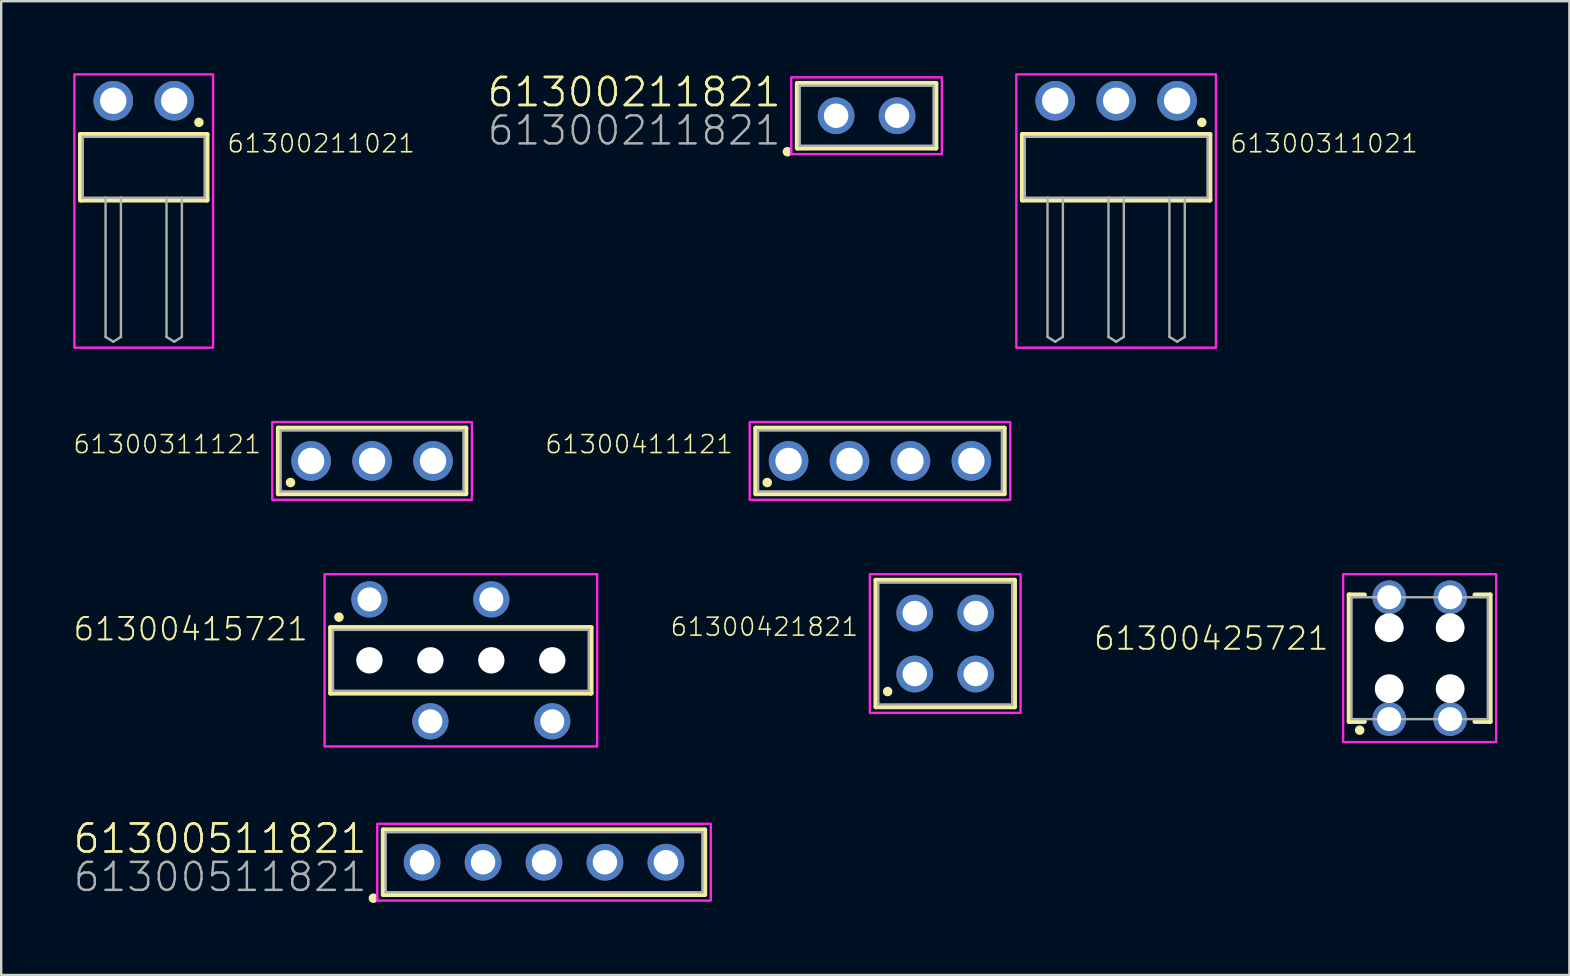
<source format=kicad_pcb>
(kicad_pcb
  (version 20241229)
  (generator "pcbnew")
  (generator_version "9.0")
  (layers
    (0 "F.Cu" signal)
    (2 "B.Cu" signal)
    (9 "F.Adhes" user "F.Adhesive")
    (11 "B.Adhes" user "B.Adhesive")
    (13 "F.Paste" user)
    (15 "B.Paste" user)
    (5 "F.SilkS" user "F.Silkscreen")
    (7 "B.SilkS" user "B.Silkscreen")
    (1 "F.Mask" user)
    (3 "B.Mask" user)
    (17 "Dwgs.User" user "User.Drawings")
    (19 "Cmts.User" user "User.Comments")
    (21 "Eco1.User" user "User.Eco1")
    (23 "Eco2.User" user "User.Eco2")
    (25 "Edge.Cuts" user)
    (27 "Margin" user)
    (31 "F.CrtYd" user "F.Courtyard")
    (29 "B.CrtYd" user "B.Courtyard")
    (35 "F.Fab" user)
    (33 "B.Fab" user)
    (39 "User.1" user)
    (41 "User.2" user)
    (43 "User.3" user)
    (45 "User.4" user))
  (footprint "61300411121"
    (layer "F.Cu")
    (at 33.624 16.16)
    (property "Reference" "61300411121" (at -6.078 -0.256 0) (unlocked yes) (layer "F.SilkS") (effects (font (size 0.748 0.748) (thickness 0.065)) (justify right bottom)))
    (fp_line (start -5.18 -1.37) (end 5.18 -1.37) (stroke (width 0.2) (type solid)) (layer "F.SilkS"))
    (fp_line (start -5.18 1.37) (end -5.18 -1.37) (stroke (width 0.2) (type solid)) (layer "F.SilkS"))
    (fp_line (start 5.18 -1.37) (end 5.18 1.37) (stroke (width 0.2) (type solid)) (layer "F.SilkS"))
    (fp_line (start 5.18 1.37) (end -5.18 1.37) (stroke (width 0.2) (type solid)) (layer "F.SilkS"))
    (fp_circle (center -4.7 0.9) (end -4.6 0.9) (stroke (width 0.2) (type solid)) (fill no) (layer "F.SilkS"))
    (fp_poly (pts (xy 5.43 1.62) (xy -5.43 1.62) (xy -5.43 -1.62) (xy 5.43 -1.62)) (stroke (width 0.1) (type default)) (fill no) (layer "F.CrtYd"))
    (fp_line (start -5.08 -1.27) (end -5.08 1.27) (stroke (width 0.1) (type solid)) (layer "F.Fab"))
    (fp_line (start -5.08 1.27) (end 5.08 1.27) (stroke (width 0.1) (type solid)) (layer "F.Fab"))
    (fp_line (start 5.08 -1.27) (end -5.08 -1.27) (stroke (width 0.1) (type solid)) (layer "F.Fab"))
    (fp_line (start 5.08 1.27) (end 5.08 -1.27) (stroke (width 0.1) (type solid)) (layer "F.Fab"))
    (pad "1" thru_hole circle (at -3.81 0) (size 1.65 1.65) (drill 1.1) (layers "*.Cu" "*.Mask"))
    (pad "2" thru_hole circle (at -1.27 0) (size 1.65 1.65) (drill 1.1) (layers "*.Cu" "*.Mask"))
    (pad "3" thru_hole circle (at 1.27 0) (size 1.65 1.65) (drill 1.1) (layers "*.Cu" "*.Mask"))
    (pad "4" thru_hole circle (at 3.81 0) (size 1.65 1.65) (drill 1.1) (layers "*.Cu" "*.Mask")))
  (footprint "61300421821"
    (layer "F.Cu")
    (at 36.343 23.77)
    (property "Reference" "61300421821" (at -3.578 -0.256 0) (unlocked yes) (layer "F.SilkS") (effects (font (size 0.748 0.748) (thickness 0.065)) (justify right bottom)))
    (fp_line (start -2.89 -2.64) (end 2.89 -2.64) (stroke (width 0.2) (type solid)) (layer "F.SilkS"))
    (fp_line (start -2.89 2.64) (end -2.89 -2.64) (stroke (width 0.2) (type solid)) (layer "F.SilkS"))
    (fp_line (start 2.89 -2.64) (end 2.89 2.64) (stroke (width 0.2) (type solid)) (layer "F.SilkS"))
    (fp_line (start 2.89 2.64) (end -2.89 2.64) (stroke (width 0.2) (type solid)) (layer "F.SilkS"))
    (fp_circle (center -2.4 2) (end -2.3 2) (stroke (width 0.2) (type solid)) (fill no) (layer "F.SilkS"))
    (fp_poly (pts (xy 3.14 2.89) (xy -3.14 2.89) (xy -3.14 -2.89) (xy 3.14 -2.89)) (stroke (width 0.1) (type default)) (fill no) (layer "F.CrtYd"))
    (fp_line (start -2.79 -2.54) (end -2.79 2.54) (stroke (width 0.1) (type solid)) (layer "F.Fab"))
    (fp_line (start -2.79 2.54) (end 2.79 2.54) (stroke (width 0.1) (type solid)) (layer "F.Fab"))
    (fp_line (start 2.79 -2.54) (end -2.79 -2.54) (stroke (width 0.1) (type solid)) (layer "F.Fab"))
    (fp_line (start 2.79 2.54) (end 2.79 -2.54) (stroke (width 0.1) (type solid)) (layer "F.Fab"))
    (pad "1" thru_hole circle (at -1.27 1.27) (size 1.53 1.53) (drill 1.02) (layers "*.Cu" "*.Mask"))
    (pad "2" thru_hole circle (at -1.27 -1.27) (size 1.53 1.53) (drill 1.02) (layers "*.Cu" "*.Mask"))
    (pad "3" thru_hole circle (at 1.27 1.27) (size 1.53 1.53) (drill 1.02) (layers "*.Cu" "*.Mask"))
    (pad "4" thru_hole circle (at 1.27 -1.27) (size 1.53 1.53) (drill 1.02) (layers "*.Cu" "*.Mask")))
  (footprint "61300211021"
    (layer "F.Cu")
    (at 2.94 3.92)
    (property "Reference" "61300211021" (at 3.435 -0.552 0) (unlocked yes) (layer "F.SilkS") (effects (font (size 0.748 0.748) (thickness 0.065)) (justify left bottom)))
    (fp_line (start -2.64 -1.37) (end 2.64 -1.37) (stroke (width 0.2) (type solid)) (layer "F.SilkS"))
    (fp_line (start -2.64 1.37) (end -2.64 -1.37) (stroke (width 0.2) (type solid)) (layer "F.SilkS"))
    (fp_line (start 2.64 -1.37) (end 2.64 1.37) (stroke (width 0.2) (type solid)) (layer "F.SilkS"))
    (fp_line (start 2.64 1.37) (end -2.64 1.37) (stroke (width 0.2) (type solid)) (layer "F.SilkS"))
    (fp_circle (center 2.3 -1.87) (end 2.4 -1.87) (stroke (width 0.2) (type solid)) (fill no) (layer "F.SilkS"))
    (fp_poly (pts (xy 2.89 7.52) (xy -2.89 7.52) (xy -2.89 -3.87) (xy 2.89 -3.87)) (stroke (width 0.1) (type default)) (fill no) (layer "F.CrtYd"))
    (fp_line (start -2.54 -1.27) (end 2.54 -1.27) (stroke (width 0.1) (type solid)) (layer "F.Fab"))
    (fp_line (start -2.54 1.27) (end -2.54 -1.27) (stroke (width 0.1) (type solid)) (layer "F.Fab"))
    (fp_line (start -1.59 1.27) (end -2.54 1.27) (stroke (width 0.1) (type solid)) (layer "F.Fab"))
    (fp_line (start -1.59 1.27) (end -1.59 7.07) (stroke (width 0.1) (type solid)) (layer "F.Fab"))
    (fp_line (start -1.59 7.07) (end -1.27 7.27) (stroke (width 0.1) (type solid)) (layer "F.Fab"))
    (fp_line (start -1.27 7.27) (end -0.95 7.07) (stroke (width 0.1) (type solid)) (layer "F.Fab"))
    (fp_line (start -0.95 1.27) (end -1.59 1.27) (stroke (width 0.1) (type solid)) (layer "F.Fab"))
    (fp_line (start -0.95 1.27) (end -0.95 7.07) (stroke (width 0.1) (type solid)) (layer "F.Fab"))
    (fp_line (start 0.95 1.27) (end 0.95 7.07) (stroke (width 0.1) (type solid)) (layer "F.Fab"))
    (fp_line (start 0.95 7.07) (end 1.27 7.27) (stroke (width 0.1) (type solid)) (layer "F.Fab"))
    (fp_line (start 1.27 7.27) (end 1.59 7.07) (stroke (width 0.1) (type solid)) (layer "F.Fab"))
    (fp_line (start 1.59 1.27) (end 1.59 7.07) (stroke (width 0.1) (type solid)) (layer "F.Fab"))
    (fp_line (start 2.54 -1.27) (end 2.54 1.27) (stroke (width 0.1) (type solid)) (layer "F.Fab"))
    (fp_line (start 2.54 1.27) (end -0.95 1.27) (stroke (width 0.1) (type solid)) (layer "F.Fab"))
    (pad "1" thru_hole circle (at 1.27 -2.77 180) (size 1.65 1.65) (drill 1.1) (layers "*.Cu" "*.Mask"))
    (pad "2" thru_hole circle (at -1.27 -2.77 180) (size 1.65 1.65) (drill 1.1) (layers "*.Cu" "*.Mask")))
  (footprint "61300211821"
    (layer "F.Cu")
    (at 33.066 1.773)
    (property "Reference" "61300211821" (at -3.5 -0.3 0) (unlocked yes) (layer "F.SilkS") (effects (font (size 1.168 1.168) (thickness 0.102)) (justify right bottom)))
    (property "Value" "61300211821" (at -3.5 1.3 0) (unlocked yes) (layer "F.Fab") (hide yes) (effects (font (size 1.168 1.168) (thickness 0.102)) (justify right bottom)))
    (fp_line (start -2.89 -1.35) (end 2.89 -1.35) (stroke (width 0.2) (type solid)) (layer "F.SilkS"))
    (fp_line (start -2.89 1.35) (end -2.89 -1.35) (stroke (width 0.2) (type solid)) (layer "F.SilkS"))
    (fp_line (start 2.89 -1.35) (end 2.89 1.35) (stroke (width 0.2) (type solid)) (layer "F.SilkS"))
    (fp_line (start 2.89 1.35) (end -2.89 1.35) (stroke (width 0.2) (type solid)) (layer "F.SilkS"))
    (fp_circle (center -3.3 1.5) (end -3.2 1.5) (stroke (width 0.2) (type solid)) (fill no) (layer "F.SilkS"))
    (fp_poly (pts (xy 3.14 1.6) (xy -3.14 1.6) (xy -3.14 -1.6) (xy 3.14 -1.6)) (stroke (width 0.1) (type default)) (fill no) (layer "F.CrtYd"))
    (fp_line (start -2.79 -1.25) (end -2.79 1.25) (stroke (width 0.1) (type solid)) (layer "F.Fab"))
    (fp_line (start -2.79 1.25) (end 2.79 1.25) (stroke (width 0.1) (type solid)) (layer "F.Fab"))
    (fp_line (start 2.79 -1.25) (end -2.79 -1.25) (stroke (width 0.1) (type solid)) (layer "F.Fab"))
    (fp_line (start 2.79 1.25) (end 2.79 -1.25) (stroke (width 0.1) (type solid)) (layer "F.Fab"))
    (fp_text user "${REFERENCE}" (at -3.5 -0.3 0) (unlocked yes) (layer "F.SilkS") (effects (font (size 1.168 1.168) (thickness 0.102)) (justify right bottom)))
    (fp_text user "${VALUE}" (at -3.5 1.3 0) (unlocked yes) (layer "F.Fab") (effects (font (size 1.168 1.168) (thickness 0.102)) (justify right bottom)))
    (pad "1" thru_hole circle (at -1.27 0) (size 1.53 1.53) (drill 1.02) (layers "*.Cu" "*.Mask"))
    (pad "2" thru_hole circle (at 1.27 0) (size 1.53 1.53) (drill 1.02) (layers "*.Cu" "*.Mask")))
  (footprint "61300415721"
    (layer "F.Cu")
    (at 16.156 24.47)
    (property "Reference" "61300415721" (at -6.307 -0.754 0) (unlocked yes) (layer "F.SilkS") (effects (font (size 0.935 0.935) (thickness 0.081)) (justify right bottom)))
    (fp_line (start -5.43 -1.37) (end 5.43 -1.37) (stroke (width 0.2) (type solid)) (layer "F.SilkS"))
    (fp_line (start -5.43 1.37) (end -5.43 -1.37) (stroke (width 0.2) (type solid)) (layer "F.SilkS"))
    (fp_line (start 5.43 -1.37) (end 5.43 1.37) (stroke (width 0.2) (type solid)) (layer "F.SilkS"))
    (fp_line (start 5.43 1.37) (end -5.43 1.37) (stroke (width 0.2) (type solid)) (layer "F.SilkS"))
    (fp_circle (center -5.08 -1.8) (end -4.98 -1.8) (stroke (width 0.2) (type solid)) (fill no) (layer "F.SilkS"))
    (fp_poly (pts (xy 5.68 3.59) (xy -5.68 3.59) (xy -5.68 -3.59) (xy 5.68 -3.59)) (stroke (width 0.1) (type default)) (fill no) (layer "F.CrtYd"))
    (fp_line (start -5.33 -1.27) (end 5.33 -1.27) (stroke (width 0.1) (type solid)) (layer "F.Fab"))
    (fp_line (start -5.33 1.27) (end -5.33 -1.27) (stroke (width 0.1) (type solid)) (layer "F.Fab"))
    (fp_line (start 5.33 -1.27) (end 5.33 1.27) (stroke (width 0.1) (type solid)) (layer "F.Fab"))
    (fp_line (start 5.33 1.27) (end -5.33 1.27) (stroke (width 0.1) (type solid)) (layer "F.Fab"))
    (pad "" np_thru_hole circle (at -3.81 0) (size 1.1 1.1) (drill 1.1) (layers "*.Cu" "*.Mask"))
    (pad "" np_thru_hole circle (at -1.27 0) (size 1.1 1.1) (drill 1.1) (layers "*.Cu" "*.Mask"))
    (pad "" np_thru_hole circle (at 1.27 0) (size 1.1 1.1) (drill 1.1) (layers "*.Cu" "*.Mask"))
    (pad "" np_thru_hole circle (at 3.81 0) (size 1.1 1.1) (drill 1.1) (layers "*.Cu" "*.Mask"))
    (pad "1" thru_hole circle (at -3.81 -2.54) (size 1.508 1.508) (drill 1) (layers "*.Cu" "*.Mask"))
    (pad "2" thru_hole circle (at -1.27 2.54) (size 1.508 1.508) (drill 1) (layers "*.Cu" "*.Mask"))
    (pad "3" thru_hole circle (at 1.27 -2.54) (size 1.508 1.508) (drill 1) (layers "*.Cu" "*.Mask"))
    (pad "4" thru_hole circle (at 3.81 2.54) (size 1.508 1.508) (drill 1) (layers "*.Cu" "*.Mask")))
  (footprint "61300311121"
    (layer "F.Cu")
    (at 12.457 16.16)
    (property "Reference" "61300311121" (at -4.578 -0.256 0) (unlocked yes) (layer "F.SilkS") (effects (font (size 0.748 0.748) (thickness 0.065)) (justify right bottom)))
    (fp_line (start -3.91 -1.37) (end 3.91 -1.37) (stroke (width 0.2) (type solid)) (layer "F.SilkS"))
    (fp_line (start -3.91 1.37) (end -3.91 -1.37) (stroke (width 0.2) (type solid)) (layer "F.SilkS"))
    (fp_line (start 3.91 -1.37) (end 3.91 1.37) (stroke (width 0.2) (type solid)) (layer "F.SilkS"))
    (fp_line (start 3.91 1.37) (end -3.91 1.37) (stroke (width 0.2) (type solid)) (layer "F.SilkS"))
    (fp_circle (center -3.4 0.9) (end -3.3 0.9) (stroke (width 0.2) (type solid)) (fill no) (layer "F.SilkS"))
    (fp_poly (pts (xy 4.16 1.62) (xy -4.16 1.62) (xy -4.16 -1.62) (xy 4.16 -1.62)) (stroke (width 0.1) (type default)) (fill no) (layer "F.CrtYd"))
    (fp_line (start -3.81 -1.27) (end -3.81 1.27) (stroke (width 0.1) (type solid)) (layer "F.Fab"))
    (fp_line (start -3.81 1.27) (end 3.81 1.27) (stroke (width 0.1) (type solid)) (layer "F.Fab"))
    (fp_line (start 3.81 -1.27) (end -3.81 -1.27) (stroke (width 0.1) (type solid)) (layer "F.Fab"))
    (fp_line (start 3.81 1.27) (end 3.81 -1.27) (stroke (width 0.1) (type solid)) (layer "F.Fab"))
    (pad "1" thru_hole circle (at -2.54 0) (size 1.65 1.65) (drill 1.1) (layers "*.Cu" "*.Mask"))
    (pad "2" thru_hole circle (at 0 0) (size 1.65 1.65) (drill 1.1) (layers "*.Cu" "*.Mask"))
    (pad "3" thru_hole circle (at 2.54 0) (size 1.65 1.65) (drill 1.1) (layers "*.Cu" "*.Mask")))
  (footprint "61300425721"
    (layer "F.Cu")
    (at 56.115 24.38)
    (property "Reference" "61300425721" (at -3.733 -0.274 0) (unlocked yes) (layer "F.SilkS") (effects (font (size 0.935 0.935) (thickness 0.081)) (justify right bottom)))
    (fp_line (start -2.94 -2.64) (end -2.94 2.64) (stroke (width 0.2) (type solid)) (layer "F.SilkS"))
    (fp_line (start -2.94 2.64) (end -2.3 2.64) (stroke (width 0.2) (type solid)) (layer "F.SilkS"))
    (fp_line (start -2.3 -2.64) (end -2.94 -2.64) (stroke (width 0.2) (type solid)) (layer "F.SilkS"))
    (fp_line (start 2.3 2.64) (end 2.94 2.64) (stroke (width 0.2) (type solid)) (layer "F.SilkS"))
    (fp_line (start 2.94 -2.64) (end 2.3 -2.64) (stroke (width 0.2) (type solid)) (layer "F.SilkS"))
    (fp_line (start 2.94 2.64) (end 2.94 -2.64) (stroke (width 0.2) (type solid)) (layer "F.SilkS"))
    (fp_circle (center -2.5 3) (end -2.4 3) (stroke (width 0.2) (type solid)) (fill no) (layer "F.SilkS"))
    (fp_poly (pts (xy 3.19 3.5) (xy -3.19 3.5) (xy -3.19 -3.5) (xy 3.19 -3.5)) (stroke (width 0.1) (type default)) (fill no) (layer "F.CrtYd"))
    (fp_line (start -2.84 -2.54) (end 2.84 -2.54) (stroke (width 0.1) (type solid)) (layer "F.Fab"))
    (fp_line (start -2.84 2.54) (end -2.84 -2.54) (stroke (width 0.1) (type solid)) (layer "F.Fab"))
    (fp_line (start 2.84 -2.54) (end 2.84 2.54) (stroke (width 0.1) (type solid)) (layer "F.Fab"))
    (fp_line (start 2.84 2.54) (end -2.84 2.54) (stroke (width 0.1) (type solid)) (layer "F.Fab"))
    (pad "" np_thru_hole circle (at -1.27 -1.27) (size 1.2 1.2) (drill 1.2) (layers "*.Cu" "*.Mask"))
    (pad "" np_thru_hole circle (at -1.27 1.27) (size 1.2 1.2) (drill 1.2) (layers "*.Cu" "*.Mask"))
    (pad "" np_thru_hole circle (at 1.27 -1.27) (size 1.2 1.2) (drill 1.2) (layers "*.Cu" "*.Mask"))
    (pad "" np_thru_hole circle (at 1.27 1.27) (size 1.2 1.2) (drill 1.2) (layers "*.Cu" "*.Mask"))
    (pad "1" thru_hole circle (at -1.27 2.54) (size 1.4 1.4) (drill 1) (layers "*.Cu" "*.Mask"))
    (pad "2" thru_hole circle (at -1.27 -2.54) (size 1.4 1.4) (drill 1) (layers "*.Cu" "*.Mask"))
    (pad "3" thru_hole circle (at 1.27 2.54) (size 1.4 1.4) (drill 1) (layers "*.Cu" "*.Mask"))
    (pad "4" thru_hole circle (at 1.27 -2.54) (size 1.4 1.4) (drill 1) (layers "*.Cu" "*.Mask")))
  (footprint "61300511821"
    (layer "F.Cu")
    (at 19.622 32.883)
    (property "Reference" "61300511821" (at -7.31 -0.3 0) (unlocked yes) (layer "F.SilkS") (effects (font (size 1.168 1.168) (thickness 0.102)) (justify right bottom)))
    (property "Value" "61300511821" (at -7.31 1.3 0) (unlocked yes) (layer "F.Fab") (hide yes) (effects (font (size 1.168 1.168) (thickness 0.102)) (justify right bottom)))
    (fp_line (start -6.7 -1.35) (end 6.7 -1.35) (stroke (width 0.2) (type solid)) (layer "F.SilkS"))
    (fp_line (start -6.7 1.35) (end -6.7 -1.35) (stroke (width 0.2) (type solid)) (layer "F.SilkS"))
    (fp_line (start 6.7 -1.35) (end 6.7 1.35) (stroke (width 0.2) (type solid)) (layer "F.SilkS"))
    (fp_line (start 6.7 1.35) (end -6.7 1.35) (stroke (width 0.2) (type solid)) (layer "F.SilkS"))
    (fp_circle (center -7.11 1.5) (end -7.01 1.5) (stroke (width 0.2) (type solid)) (fill no) (layer "F.SilkS"))
    (fp_poly (pts (xy 6.95 1.6) (xy -6.95 1.6) (xy -6.95 -1.6) (xy 6.95 -1.6)) (stroke (width 0.1) (type default)) (fill no) (layer "F.CrtYd"))
    (fp_line (start -6.6 -1.25) (end -6.6 1.25) (stroke (width 0.1) (type solid)) (layer "F.Fab"))
    (fp_line (start -6.6 1.25) (end 6.6 1.25) (stroke (width 0.1) (type solid)) (layer "F.Fab"))
    (fp_line (start 6.6 -1.25) (end -6.6 -1.25) (stroke (width 0.1) (type solid)) (layer "F.Fab"))
    (fp_line (start 6.6 1.25) (end 6.6 -1.25) (stroke (width 0.1) (type solid)) (layer "F.Fab"))
    (fp_text user "${REFERENCE}" (at -7.31 -0.3 0) (unlocked yes) (layer "F.SilkS") (effects (font (size 1.168 1.168) (thickness 0.102)) (justify right bottom)))
    (fp_text user "${VALUE}" (at -7.31 1.3 0) (unlocked yes) (layer "F.Fab") (effects (font (size 1.168 1.168) (thickness 0.102)) (justify right bottom)))
    (pad "1" thru_hole circle (at -5.08 0) (size 1.53 1.53) (drill 1.02) (layers "*.Cu" "*.Mask"))
    (pad "2" thru_hole circle (at -2.54 0) (size 1.53 1.53) (drill 1.02) (layers "*.Cu" "*.Mask"))
    (pad "3" thru_hole circle (at 0 0) (size 1.53 1.53) (drill 1.02) (layers "*.Cu" "*.Mask"))
    (pad "4" thru_hole circle (at 2.54 0) (size 1.53 1.53) (drill 1.02) (layers "*.Cu" "*.Mask"))
    (pad "5" thru_hole circle (at 5.08 0) (size 1.53 1.53) (drill 1.02) (layers "*.Cu" "*.Mask")))
  (footprint "61300311021"
    (layer "F.Cu")
    (at 43.466 3.92)
    (property "Reference" "61300311021" (at 4.705 -0.552 0) (unlocked yes) (layer "F.SilkS") (effects (font (size 0.748 0.748) (thickness 0.065)) (justify left bottom)))
    (fp_line (start -3.91 -1.37) (end 3.91 -1.37) (stroke (width 0.2) (type solid)) (layer "F.SilkS"))
    (fp_line (start -3.91 1.37) (end -3.91 -1.37) (stroke (width 0.2) (type solid)) (layer "F.SilkS"))
    (fp_line (start 3.91 -1.37) (end 3.91 1.37) (stroke (width 0.2) (type solid)) (layer "F.SilkS"))
    (fp_line (start 3.91 1.37) (end -3.91 1.37) (stroke (width 0.2) (type solid)) (layer "F.SilkS"))
    (fp_circle (center 3.57 -1.87) (end 3.67 -1.87) (stroke (width 0.2) (type solid)) (fill no) (layer "F.SilkS"))
    (fp_poly (pts (xy 4.16 7.52) (xy -4.16 7.52) (xy -4.16 -3.87) (xy 4.16 -3.87)) (stroke (width 0.1) (type default)) (fill no) (layer "F.CrtYd"))
    (fp_line (start -3.81 -1.27) (end 3.81 -1.27) (stroke (width 0.1) (type solid)) (layer "F.Fab"))
    (fp_line (start -3.81 1.27) (end -3.81 -1.27) (stroke (width 0.1) (type solid)) (layer "F.Fab"))
    (fp_line (start -2.86 1.27) (end -2.86 7.07) (stroke (width 0.1) (type solid)) (layer "F.Fab"))
    (fp_line (start -2.86 7.07) (end -2.54 7.27) (stroke (width 0.1) (type solid)) (layer "F.Fab"))
    (fp_line (start -2.54 7.27) (end -2.22 7.07) (stroke (width 0.1) (type solid)) (layer "F.Fab"))
    (fp_line (start -2.22 1.27) (end -2.22 7.07) (stroke (width 0.1) (type solid)) (layer "F.Fab"))
    (fp_line (start -0.32 1.27) (end -3.81 1.27) (stroke (width 0.1) (type solid)) (layer "F.Fab"))
    (fp_line (start -0.32 1.27) (end -0.32 7.07) (stroke (width 0.1) (type solid)) (layer "F.Fab"))
    (fp_line (start -0.32 7.07) (end 0 7.27) (stroke (width 0.1) (type solid)) (layer "F.Fab"))
    (fp_line (start 0 7.27) (end 0.32 7.07) (stroke (width 0.1) (type solid)) (layer "F.Fab"))
    (fp_line (start 0.32 1.27) (end -0.32 1.27) (stroke (width 0.1) (type solid)) (layer "F.Fab"))
    (fp_line (start 0.32 1.27) (end 0.32 7.07) (stroke (width 0.1) (type solid)) (layer "F.Fab"))
    (fp_line (start 2.22 1.27) (end 2.22 7.07) (stroke (width 0.1) (type solid)) (layer "F.Fab"))
    (fp_line (start 2.22 7.07) (end 2.54 7.27) (stroke (width 0.1) (type solid)) (layer "F.Fab"))
    (fp_line (start 2.54 7.27) (end 2.86 7.07) (stroke (width 0.1) (type solid)) (layer "F.Fab"))
    (fp_line (start 2.86 1.27) (end 2.86 7.07) (stroke (width 0.1) (type solid)) (layer "F.Fab"))
    (fp_line (start 3.81 -1.27) (end 3.81 1.27) (stroke (width 0.1) (type solid)) (layer "F.Fab"))
    (fp_line (start 3.81 1.27) (end 0.32 1.27) (stroke (width 0.1) (type solid)) (layer "F.Fab"))
    (pad "1" thru_hole circle (at 2.54 -2.77 180) (size 1.65 1.65) (drill 1.1) (layers "*.Cu" "*.Mask"))
    (pad "2" thru_hole circle (at 0 -2.77 180) (size 1.65 1.65) (drill 1.1) (layers "*.Cu" "*.Mask"))
    (pad "3" thru_hole circle (at -2.54 -2.77 180) (size 1.65 1.65) (drill 1.1) (layers "*.Cu" "*.Mask")))
  (gr_rect
    (start -3 -3)
    (end 62.355 37.583)
    (stroke (width 0.1) (type default))
    (fill no)
    (layer "Edge.Cuts")))
</source>
